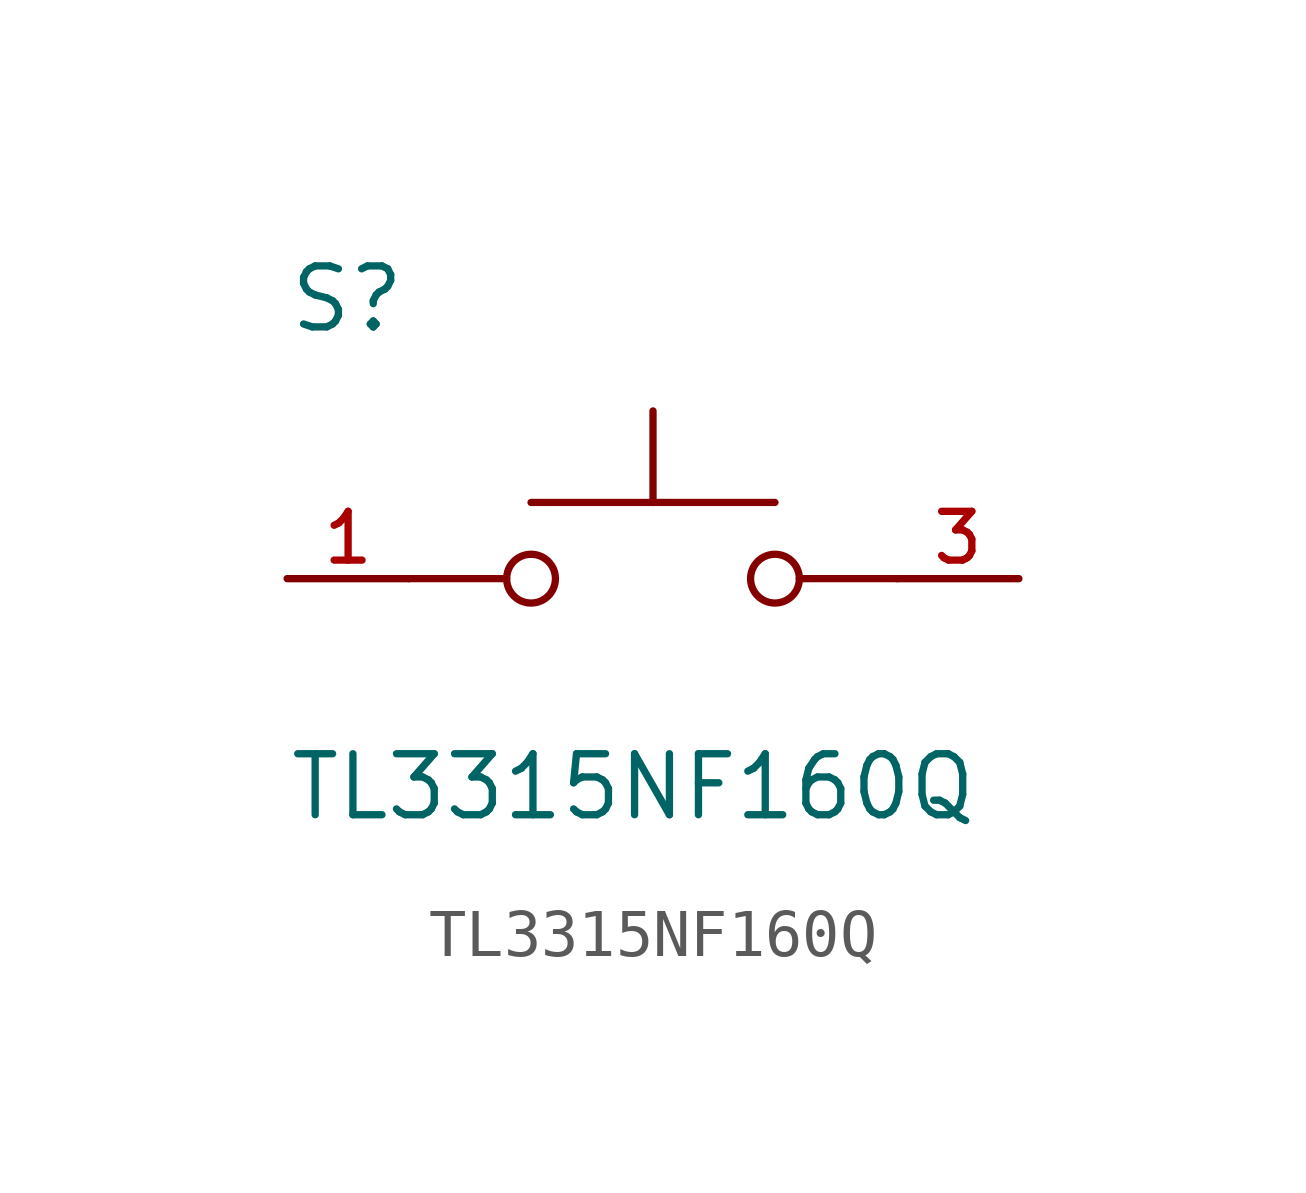
<source format=kicad_sym>
(kicad_symbol_lib
  (version 20211014)
  (generator kicad_symbol_editor)
  (symbol "TL3315NF160Q"
    (pin_names
      (offset 1.016))
    (property "Reference" "S"
      (at -7.62 5.08 0)
      (effects (font (size 1.27 1.27)) (justify bottom left)))
    (property "Value" "TL3315NF160Q"
      (at -7.62 -5.08 0)
      (effects (font (size 1.27 1.27)) (justify bottom left)))
    (symbol "TL3315NF160Q_0_0"
      (circle (center 2.54 0.0) (radius 0.508) (stroke (width 0.152)) (fill (type none)))
      (polyline (pts (xy 5.08 0.0) (xy 3.048 0.0)) (stroke (width 0.152)))
      (polyline (pts (xy -5.08 0.0) (xy -3.048 0.0)) (stroke (width 0.152)))
      (circle (center -2.54 0.0) (radius 0.508) (stroke (width 0.152)) (fill (type none)))
      (polyline (pts (xy -2.54 1.587) (xy 0.0 1.587)) (stroke (width 0.152)))
      (polyline (pts (xy 0.0 1.587) (xy 2.54 1.587)) (stroke (width 0.152)))
      (polyline (pts (xy 0.0 1.587) (xy 0.0 3.493)) (stroke (width 0.152)))
      (pin passive line (at -7.62 0.0 0) (length 2.54) (name "~" (effects (font (size 1.016 1.016)))) (number "1" (effects (font (size 1.016 1.016)))))
      (pin passive line (at 7.62 0.0 180.0) (length 2.54) (name "~" (effects (font (size 1.016 1.016)))) (number "3" (effects (font (size 1.016 1.016))))))))
</source>
